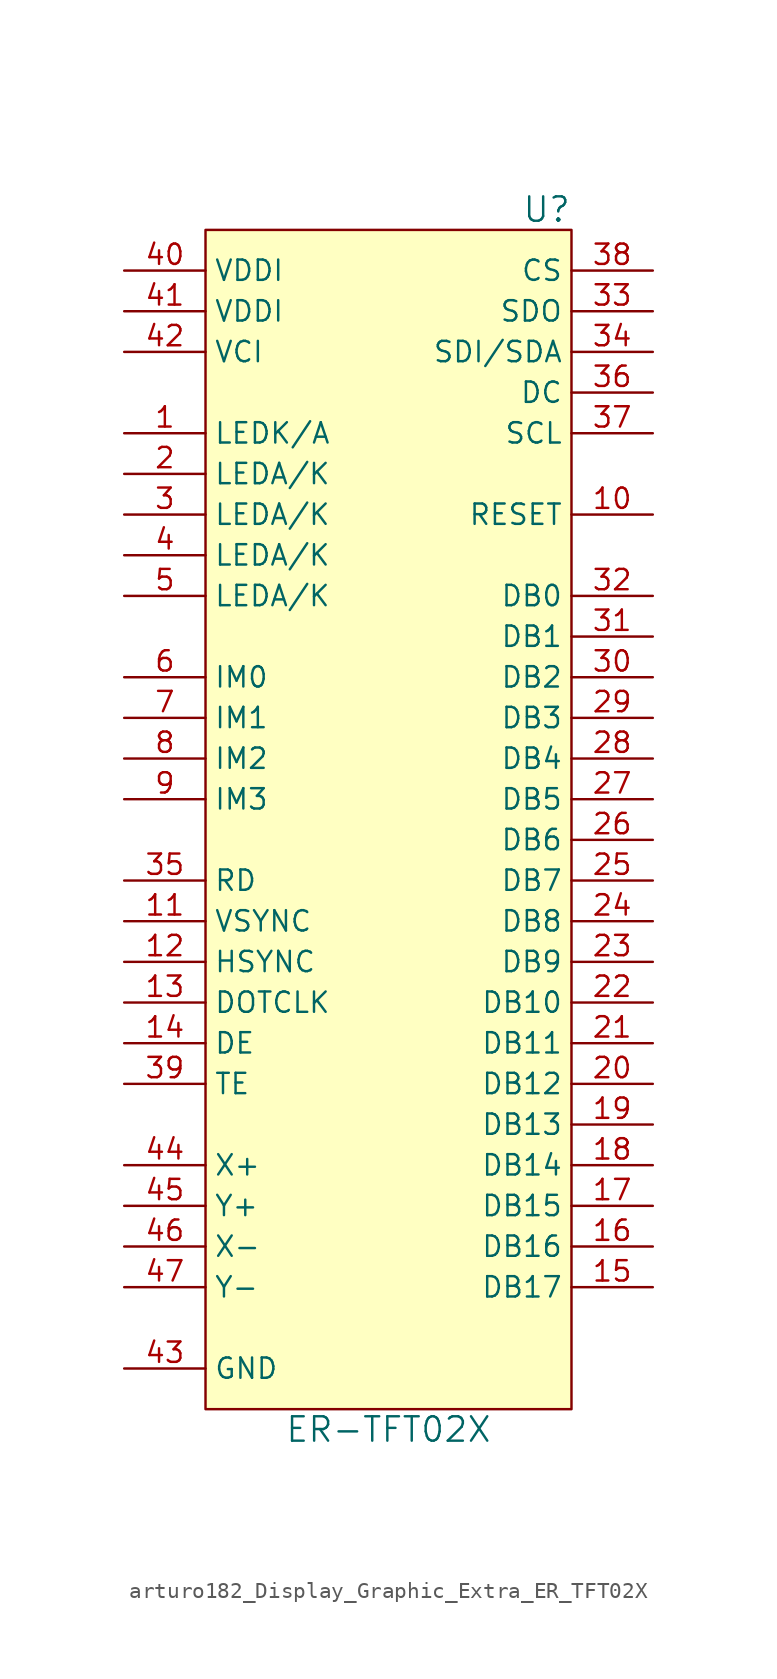
<source format=kicad_sym>
(kicad_symbol_lib
  (version 20220914)
  (generator kicad_symbol_editor)
  (symbol "arturo182_Display_Graphic_Extra_ER_TFT02X"
    (property "Reference" "U"
      (at 11.43 36.83 0)
      (effects (font (size 1.524 1.524)) (justify right)))
    (property "Value" "ER-TFT02X"
      (at 0 -39.37 0)
      (effects (font (size 1.524 1.524))))
    (symbol "arturo182_Display_Graphic_Extra_ER_TFT02X_0_1"
      (rectangle (start -11.43 35.56) (end 11.43 -38.1) (stroke (width 0) (type default)) (fill (type background))))
    (symbol "arturo182_Display_Graphic_Extra_ER_TFT02X_1_1"
      (pin input line (at -16.51 22.86 0) (length 5.08) (name "LEDK/A" (effects (font (size 1.27 1.27)))) (number "1" (effects (font (size 1.27 1.27)))))
      (pin input line (at 16.51 17.78 180) (length 5.08) (name "RESET" (effects (font (size 1.27 1.27)))) (number "10" (effects (font (size 1.27 1.27)))))
      (pin input line (at -16.51 -7.62 0) (length 5.08) (name "VSYNC" (effects (font (size 1.27 1.27)))) (number "11" (effects (font (size 1.27 1.27)))))
      (pin input line (at -16.51 -10.16 0) (length 5.08) (name "HSYNC" (effects (font (size 1.27 1.27)))) (number "12" (effects (font (size 1.27 1.27)))))
      (pin input line (at -16.51 -12.7 0) (length 5.08) (name "DOTCLK" (effects (font (size 1.27 1.27)))) (number "13" (effects (font (size 1.27 1.27)))))
      (pin input line (at -16.51 -15.24 0) (length 5.08) (name "DE" (effects (font (size 1.27 1.27)))) (number "14" (effects (font (size 1.27 1.27)))))
      (pin input line (at 16.51 -30.48 180) (length 5.08) (name "DB17" (effects (font (size 1.27 1.27)))) (number "15" (effects (font (size 1.27 1.27)))))
      (pin input line (at 16.51 -27.94 180) (length 5.08) (name "DB16" (effects (font (size 1.27 1.27)))) (number "16" (effects (font (size 1.27 1.27)))))
      (pin input line (at 16.51 -25.4 180) (length 5.08) (name "DB15" (effects (font (size 1.27 1.27)))) (number "17" (effects (font (size 1.27 1.27)))))
      (pin input line (at 16.51 -22.86 180) (length 5.08) (name "DB14" (effects (font (size 1.27 1.27)))) (number "18" (effects (font (size 1.27 1.27)))))
      (pin input line (at 16.51 -20.32 180) (length 5.08) (name "DB13" (effects (font (size 1.27 1.27)))) (number "19" (effects (font (size 1.27 1.27)))))
      (pin input line (at -16.51 20.32 0) (length 5.08) (name "LEDA/K" (effects (font (size 1.27 1.27)))) (number "2" (effects (font (size 1.27 1.27)))))
      (pin input line (at 16.51 -17.78 180) (length 5.08) (name "DB12" (effects (font (size 1.27 1.27)))) (number "20" (effects (font (size 1.27 1.27)))))
      (pin input line (at 16.51 -15.24 180) (length 5.08) (name "DB11" (effects (font (size 1.27 1.27)))) (number "21" (effects (font (size 1.27 1.27)))))
      (pin input line (at 16.51 -12.7 180) (length 5.08) (name "DB10" (effects (font (size 1.27 1.27)))) (number "22" (effects (font (size 1.27 1.27)))))
      (pin input line (at 16.51 -10.16 180) (length 5.08) (name "DB9" (effects (font (size 1.27 1.27)))) (number "23" (effects (font (size 1.27 1.27)))))
      (pin input line (at 16.51 -7.62 180) (length 5.08) (name "DB8" (effects (font (size 1.27 1.27)))) (number "24" (effects (font (size 1.27 1.27)))))
      (pin input line (at 16.51 -5.08 180) (length 5.08) (name "DB7" (effects (font (size 1.27 1.27)))) (number "25" (effects (font (size 1.27 1.27)))))
      (pin input line (at 16.51 -2.54 180) (length 5.08) (name "DB6" (effects (font (size 1.27 1.27)))) (number "26" (effects (font (size 1.27 1.27)))))
      (pin input line (at 16.51 0 180) (length 5.08) (name "DB5" (effects (font (size 1.27 1.27)))) (number "27" (effects (font (size 1.27 1.27)))))
      (pin input line (at 16.51 2.54 180) (length 5.08) (name "DB4" (effects (font (size 1.27 1.27)))) (number "28" (effects (font (size 1.27 1.27)))))
      (pin input line (at 16.51 5.08 180) (length 5.08) (name "DB3" (effects (font (size 1.27 1.27)))) (number "29" (effects (font (size 1.27 1.27)))))
      (pin input line (at -16.51 17.78 0) (length 5.08) (name "LEDA/K" (effects (font (size 1.27 1.27)))) (number "3" (effects (font (size 1.27 1.27)))))
      (pin input line (at 16.51 7.62 180) (length 5.08) (name "DB2" (effects (font (size 1.27 1.27)))) (number "30" (effects (font (size 1.27 1.27)))))
      (pin input line (at 16.51 10.16 180) (length 5.08) (name "DB1" (effects (font (size 1.27 1.27)))) (number "31" (effects (font (size 1.27 1.27)))))
      (pin input line (at 16.51 12.7 180) (length 5.08) (name "DB0" (effects (font (size 1.27 1.27)))) (number "32" (effects (font (size 1.27 1.27)))))
      (pin output line (at 16.51 30.48 180) (length 5.08) (name "SDO" (effects (font (size 1.27 1.27)))) (number "33" (effects (font (size 1.27 1.27)))))
      (pin input line (at 16.51 27.94 180) (length 5.08) (name "SDI/SDA" (effects (font (size 1.27 1.27)))) (number "34" (effects (font (size 1.27 1.27)))))
      (pin input line (at -16.51 -5.08 0) (length 5.08) (name "RD" (effects (font (size 1.27 1.27)))) (number "35" (effects (font (size 1.27 1.27)))))
      (pin input line (at 16.51 25.4 180) (length 5.08) (name "DC" (effects (font (size 1.27 1.27)))) (number "36" (effects (font (size 1.27 1.27)))))
      (pin input line (at 16.51 22.86 180) (length 5.08) (name "SCL" (effects (font (size 1.27 1.27)))) (number "37" (effects (font (size 1.27 1.27)))))
      (pin input line (at 16.51 33.02 180) (length 5.08) (name "CS" (effects (font (size 1.27 1.27)))) (number "38" (effects (font (size 1.27 1.27)))))
      (pin input line (at -16.51 -17.78 0) (length 5.08) (name "TE" (effects (font (size 1.27 1.27)))) (number "39" (effects (font (size 1.27 1.27)))))
      (pin input line (at -16.51 15.24 0) (length 5.08) (name "LEDA/K" (effects (font (size 1.27 1.27)))) (number "4" (effects (font (size 1.27 1.27)))))
      (pin power_in line (at -16.51 33.02 0) (length 5.08) (name "VDDI" (effects (font (size 1.27 1.27)))) (number "40" (effects (font (size 1.27 1.27)))))
      (pin power_in line (at -16.51 30.48 0) (length 5.08) (name "VDDI" (effects (font (size 1.27 1.27)))) (number "41" (effects (font (size 1.27 1.27)))))
      (pin power_in line (at -16.51 27.94 0) (length 5.08) (name "VCI" (effects (font (size 1.27 1.27)))) (number "42" (effects (font (size 1.27 1.27)))))
      (pin power_in line (at -16.51 -35.56 0) (length 5.08) (name "GND" (effects (font (size 1.27 1.27)))) (number "43" (effects (font (size 1.27 1.27)))))
      (pin output line (at -16.51 -22.86 0) (length 5.08) (name "X+" (effects (font (size 1.27 1.27)))) (number "44" (effects (font (size 1.27 1.27)))) (alternate "TP_SCL" input line))
      (pin output line (at -16.51 -25.4 0) (length 5.08) (name "Y+" (effects (font (size 1.27 1.27)))) (number "45" (effects (font (size 1.27 1.27)))) (alternate "TP_SDA" bidirectional line))
      (pin output line (at -16.51 -27.94 0) (length 5.08) (name "X-" (effects (font (size 1.27 1.27)))) (number "46" (effects (font (size 1.27 1.27)))) (alternate "TP_INT" output line))
      (pin output line (at -16.51 -30.48 0) (length 5.08) (name "Y-" (effects (font (size 1.27 1.27)))) (number "47" (effects (font (size 1.27 1.27)))) (alternate "TP_RST" input line))
      (pin passive line (at -16.51 -35.56 0) (length 5.08) hide (name "GND" (effects (font (size 1.27 1.27)))) (number "48" (effects (font (size 1.27 1.27)))))
      (pin passive line (at -16.51 -35.56 0) (length 5.08) hide (name "GND" (effects (font (size 1.27 1.27)))) (number "49" (effects (font (size 1.27 1.27)))))
      (pin input line (at -16.51 12.7 0) (length 5.08) (name "LEDA/K" (effects (font (size 1.27 1.27)))) (number "5" (effects (font (size 1.27 1.27)))))
      (pin passive line (at -16.51 -35.56 0) (length 5.08) hide (name "GND" (effects (font (size 1.27 1.27)))) (number "50" (effects (font (size 1.27 1.27)))))
      (pin input line (at -16.51 7.62 0) (length 5.08) (name "IM0" (effects (font (size 1.27 1.27)))) (number "6" (effects (font (size 1.27 1.27)))))
      (pin input line (at -16.51 5.08 0) (length 5.08) (name "IM1" (effects (font (size 1.27 1.27)))) (number "7" (effects (font (size 1.27 1.27)))))
      (pin input line (at -16.51 2.54 0) (length 5.08) (name "IM2" (effects (font (size 1.27 1.27)))) (number "8" (effects (font (size 1.27 1.27)))))
      (pin input line (at -16.51 0 0) (length 5.08) (name "IM3" (effects (font (size 1.27 1.27)))) (number "9" (effects (font (size 1.27 1.27))))))))
</source>
